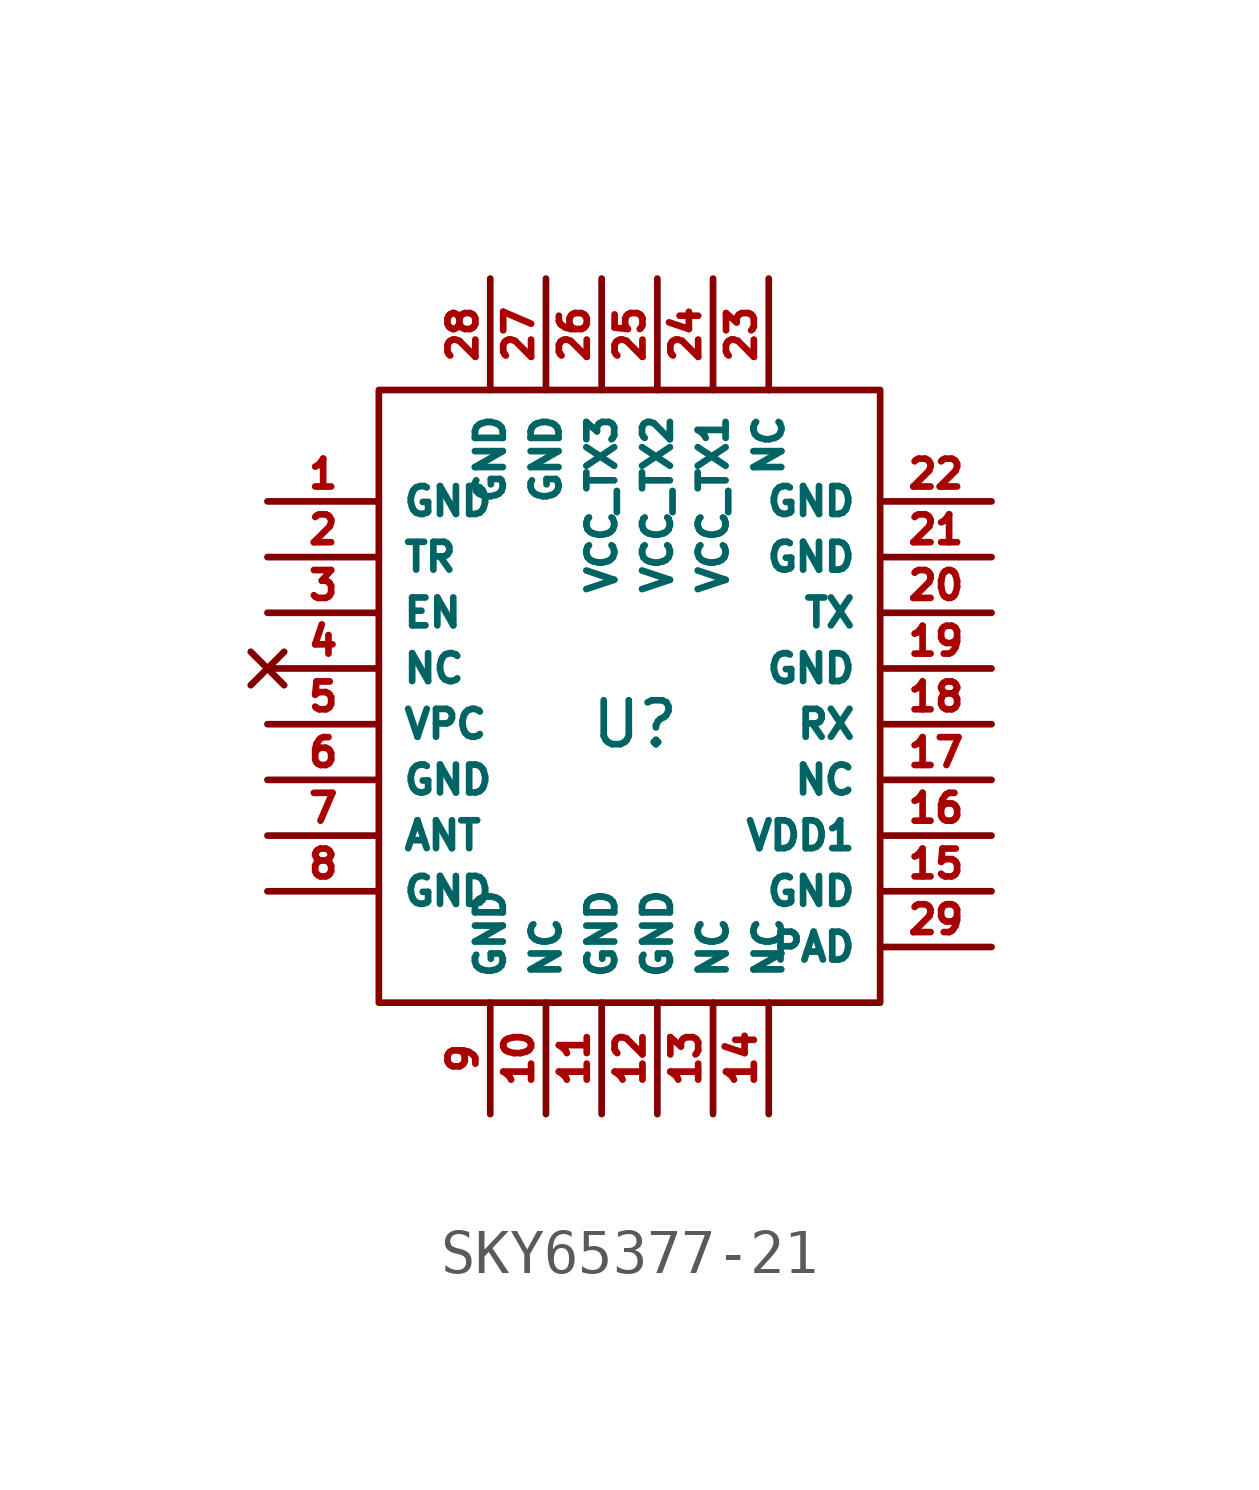
<source format=kicad_sym>
(kicad_symbol_lib
  (version 20231120)
  (generator "kicad_symbol_editor")
  (generator_version "8.0")
  (symbol "SKY65377-21"
    (property "Reference" "U"
      (at 0.762 0 0)
      (effects (font (size 1 1))))
    (property "Value" ""
      (at 2.54 0 0)
      (effects (font (size 1.27 1.27))))
    (symbol "SKY65377-21_0_1"
      (rectangle (start -5.08 7.62) (end 6.35 -6.35) (stroke (width 0) (type default)) (fill (type none))))
    (symbol "SKY65377-21_1_1"
      (pin power_in line (at -7.62 5.08 0) (length 2.54) (name "GND" (effects (font (size 0.635 0.635)))) (number "1" (effects (font (size 0.635 0.635)))))
      (pin unspecified line (at -1.27 -8.89 90) (length 2.54) (name "NC" (effects (font (size 0.635 0.635)))) (number "10" (effects (font (size 0.635 0.635)))))
      (pin power_in line (at 0 -8.89 90) (length 2.54) (name "GND" (effects (font (size 0.635 0.635)))) (number "11" (effects (font (size 0.635 0.635)))))
      (pin power_in line (at 1.27 -8.89 90) (length 2.54) (name "GND" (effects (font (size 0.635 0.635)))) (number "12" (effects (font (size 0.635 0.635)))))
      (pin unspecified line (at 2.54 -8.89 90) (length 2.54) (name "NC" (effects (font (size 0.635 0.635)))) (number "13" (effects (font (size 0.635 0.635)))))
      (pin unspecified line (at 3.81 -8.89 90) (length 2.54) (name "NC" (effects (font (size 0.635 0.635)))) (number "14" (effects (font (size 0.635 0.635)))))
      (pin power_in line (at 8.89 -3.81 180) (length 2.54) (name "GND" (effects (font (size 0.635 0.635)))) (number "15" (effects (font (size 0.635 0.635)))))
      (pin power_in line (at 8.89 -2.54 180) (length 2.54) (name "VDD1" (effects (font (size 0.635 0.635)))) (number "16" (effects (font (size 0.635 0.635)))))
      (pin unspecified line (at 8.89 -1.27 180) (length 2.54) (name "NC" (effects (font (size 0.635 0.635)))) (number "17" (effects (font (size 0.635 0.635)))))
      (pin output line (at 8.89 0 180) (length 2.54) (name "RX" (effects (font (size 0.635 0.635)))) (number "18" (effects (font (size 0.635 0.635)))))
      (pin power_in line (at 8.89 1.27 180) (length 2.54) (name "GND" (effects (font (size 0.635 0.635)))) (number "19" (effects (font (size 0.635 0.635)))))
      (pin input line (at -7.62 3.81 0) (length 2.54) (name "TR" (effects (font (size 0.635 0.635)))) (number "2" (effects (font (size 0.635 0.635)))))
      (pin input line (at 8.89 2.54 180) (length 2.54) (name "TX" (effects (font (size 0.635 0.635)))) (number "20" (effects (font (size 0.635 0.635)))))
      (pin power_in line (at 8.89 3.81 180) (length 2.54) (name "GND" (effects (font (size 0.635 0.635)))) (number "21" (effects (font (size 0.635 0.635)))))
      (pin power_in line (at 8.89 5.08 180) (length 2.54) (name "GND" (effects (font (size 0.635 0.635)))) (number "22" (effects (font (size 0.635 0.635)))))
      (pin unspecified line (at 3.81 10.16 270) (length 2.54) (name "NC" (effects (font (size 0.635 0.635)))) (number "23" (effects (font (size 0.635 0.635)))))
      (pin power_in line (at 2.54 10.16 270) (length 2.54) (name "VCC_TX1" (effects (font (size 0.635 0.635)))) (number "24" (effects (font (size 0.635 0.635)))))
      (pin power_in line (at 1.27 10.16 270) (length 2.54) (name "VCC_TX2" (effects (font (size 0.635 0.635)))) (number "25" (effects (font (size 0.635 0.635)))))
      (pin power_in line (at 0 10.16 270) (length 2.54) (name "VCC_TX3" (effects (font (size 0.635 0.635)))) (number "26" (effects (font (size 0.635 0.635)))))
      (pin power_in line (at -1.27 10.16 270) (length 2.54) (name "GND" (effects (font (size 0.635 0.635)))) (number "27" (effects (font (size 0.635 0.635)))))
      (pin power_in line (at -2.54 10.16 270) (length 2.54) (name "GND" (effects (font (size 0.635 0.635)))) (number "28" (effects (font (size 0.635 0.635)))))
      (pin power_in line (at 8.89 -5.08 180) (length 2.54) (name "PAD" (effects (font (size 0.635 0.635)))) (number "29" (effects (font (size 0.635 0.635)))))
      (pin input line (at -7.62 2.54 0) (length 2.54) (name "EN" (effects (font (size 0.635 0.635)))) (number "3" (effects (font (size 0.635 0.635)))))
      (pin no_connect line (at -7.62 1.27 0) (length 2.54) (name "NC" (effects (font (size 0.635 0.635)))) (number "4" (effects (font (size 0.635 0.635)))))
      (pin power_in line (at -7.62 0 0) (length 2.54) (name "VPC" (effects (font (size 0.635 0.635)))) (number "5" (effects (font (size 0.635 0.635)))))
      (pin power_in line (at -7.62 -1.27 0) (length 2.54) (name "GND" (effects (font (size 0.635 0.635)))) (number "6" (effects (font (size 0.635 0.635)))))
      (pin bidirectional line (at -7.62 -2.54 0) (length 2.54) (name "ANT" (effects (font (size 0.635 0.635)))) (number "7" (effects (font (size 0.635 0.635)))))
      (pin power_in line (at -7.62 -3.81 0) (length 2.54) (name "GND" (effects (font (size 0.635 0.635)))) (number "8" (effects (font (size 0.635 0.635)))))
      (pin power_in line (at -2.54 -8.89 90) (length 2.54) (name "GND" (effects (font (size 0.635 0.635)))) (number "9" (effects (font (size 0.635 0.635))))))))
</source>
